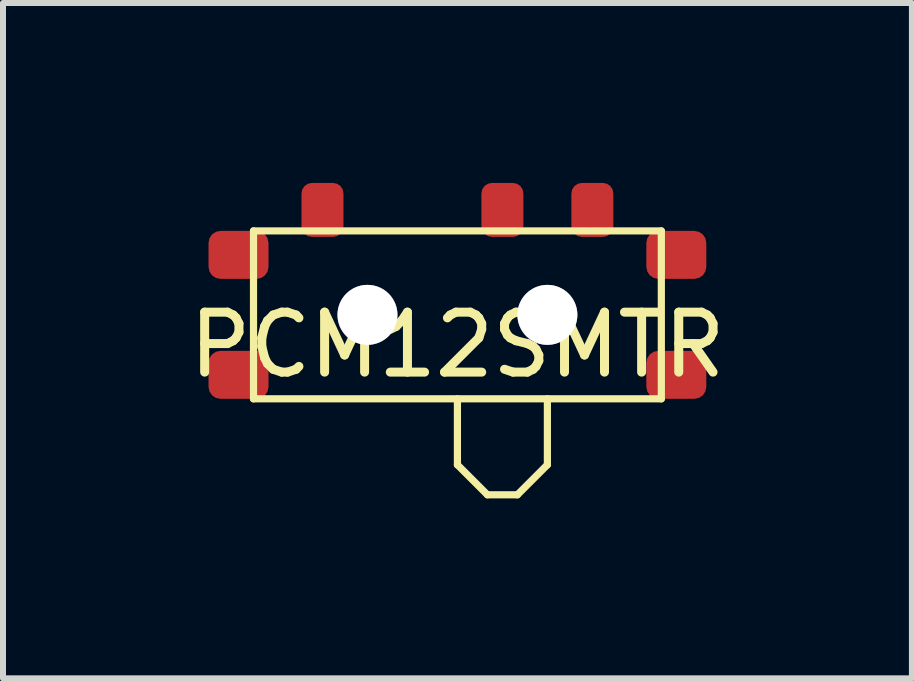
<source format=kicad_pcb>
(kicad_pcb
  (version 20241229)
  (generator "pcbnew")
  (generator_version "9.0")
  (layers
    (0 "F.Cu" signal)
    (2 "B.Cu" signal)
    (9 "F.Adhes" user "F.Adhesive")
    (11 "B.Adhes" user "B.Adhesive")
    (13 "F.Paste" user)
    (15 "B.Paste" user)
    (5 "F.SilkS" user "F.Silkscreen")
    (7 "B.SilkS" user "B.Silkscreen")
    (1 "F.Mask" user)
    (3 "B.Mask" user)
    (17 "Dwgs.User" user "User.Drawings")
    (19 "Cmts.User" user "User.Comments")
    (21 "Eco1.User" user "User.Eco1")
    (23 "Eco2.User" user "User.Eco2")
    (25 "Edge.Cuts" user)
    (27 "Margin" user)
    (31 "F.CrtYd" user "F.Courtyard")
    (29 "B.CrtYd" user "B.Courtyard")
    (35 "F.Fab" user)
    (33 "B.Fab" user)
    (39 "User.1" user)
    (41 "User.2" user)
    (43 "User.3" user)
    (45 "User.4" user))
  (footprint "PCM12SMTR"
    (layer "F.Cu")
    (at 4.577 2.2)
    (property "Reference" "PCM12SMTR" (at 0 0.5 0) (layer "F.SilkS") (effects (font (size 1 1) (thickness 0.15))))
    (attr through_hole)
    (fp_line (start -3.4 -1.4) (end 3.4 -1.4) (stroke (width 0.12) (type solid)) (layer "F.SilkS"))
    (fp_line (start -3.4 1.4) (end -3.4 -1.4) (stroke (width 0.12) (type solid)) (layer "F.SilkS"))
    (fp_line (start 0 1.4) (end 0 2.5) (stroke (width 0.12) (type solid)) (layer "F.SilkS"))
    (fp_line (start 0 2.5) (end 0.5 3) (stroke (width 0.12) (type solid)) (layer "F.SilkS"))
    (fp_line (start 0.5 3) (end 1 3) (stroke (width 0.12) (type solid)) (layer "F.SilkS"))
    (fp_line (start 1 3) (end 1.5 2.5) (stroke (width 0.12) (type solid)) (layer "F.SilkS"))
    (fp_line (start 1.5 2.5) (end 1.5 1.4) (stroke (width 0.12) (type solid)) (layer "F.SilkS"))
    (fp_line (start 3.4 -1.4) (end 3.4 1.4) (stroke (width 0.12) (type solid)) (layer "F.SilkS"))
    (fp_line (start 3.4 1.4) (end -3.4 1.4) (stroke (width 0.12) (type solid)) (layer "F.SilkS"))
    (pad "1" smd roundrect (at -2.25 -1.75) (size 0.7 0.9) (layers "F.Cu" "F.Mask" "F.Paste") (roundrect_rratio 0.25))
    (pad "2" smd roundrect (at 0.75 -1.75) (size 0.7 0.9) (layers "F.Cu" "F.Mask" "F.Paste") (roundrect_rratio 0.25))
    (pad "3" smd roundrect (at 2.25 -1.75) (size 0.7 0.9) (layers "F.Cu" "F.Mask" "F.Paste") (roundrect_rratio 0.25))
    (pad "N1" smd roundrect (at -3.65 -1) (size 1 0.8) (layers "F.Cu" "F.Mask" "F.Paste") (roundrect_rratio 0.25))
    (pad "N2" smd roundrect (at -3.65 1) (size 1 0.8) (layers "F.Cu" "F.Mask" "F.Paste") (roundrect_rratio 0.25))
    (pad "N3" smd roundrect (at 3.65 1) (size 1 0.8) (layers "F.Cu" "F.Mask" "F.Paste") (roundrect_rratio 0.25))
    (pad "N4" smd roundrect (at 3.65 -1) (size 1 0.8) (layers "F.Cu" "F.Mask" "F.Paste") (roundrect_rratio 0.25))
    (pad "N5" thru_hole circle (at -1.5 0) (size 1 1) (drill 1) (layers "*.Cu" "*.Mask"))
    (pad "N6" thru_hole circle (at 1.5 0) (size 1 1) (drill 1) (layers "*.Cu" "*.Mask")))
  (gr_rect
    (start -3 -3)
    (end 12.155 8.26)
    (stroke (width 0.1) (type default))
    (fill no)
    (layer "Edge.Cuts")))
</source>
